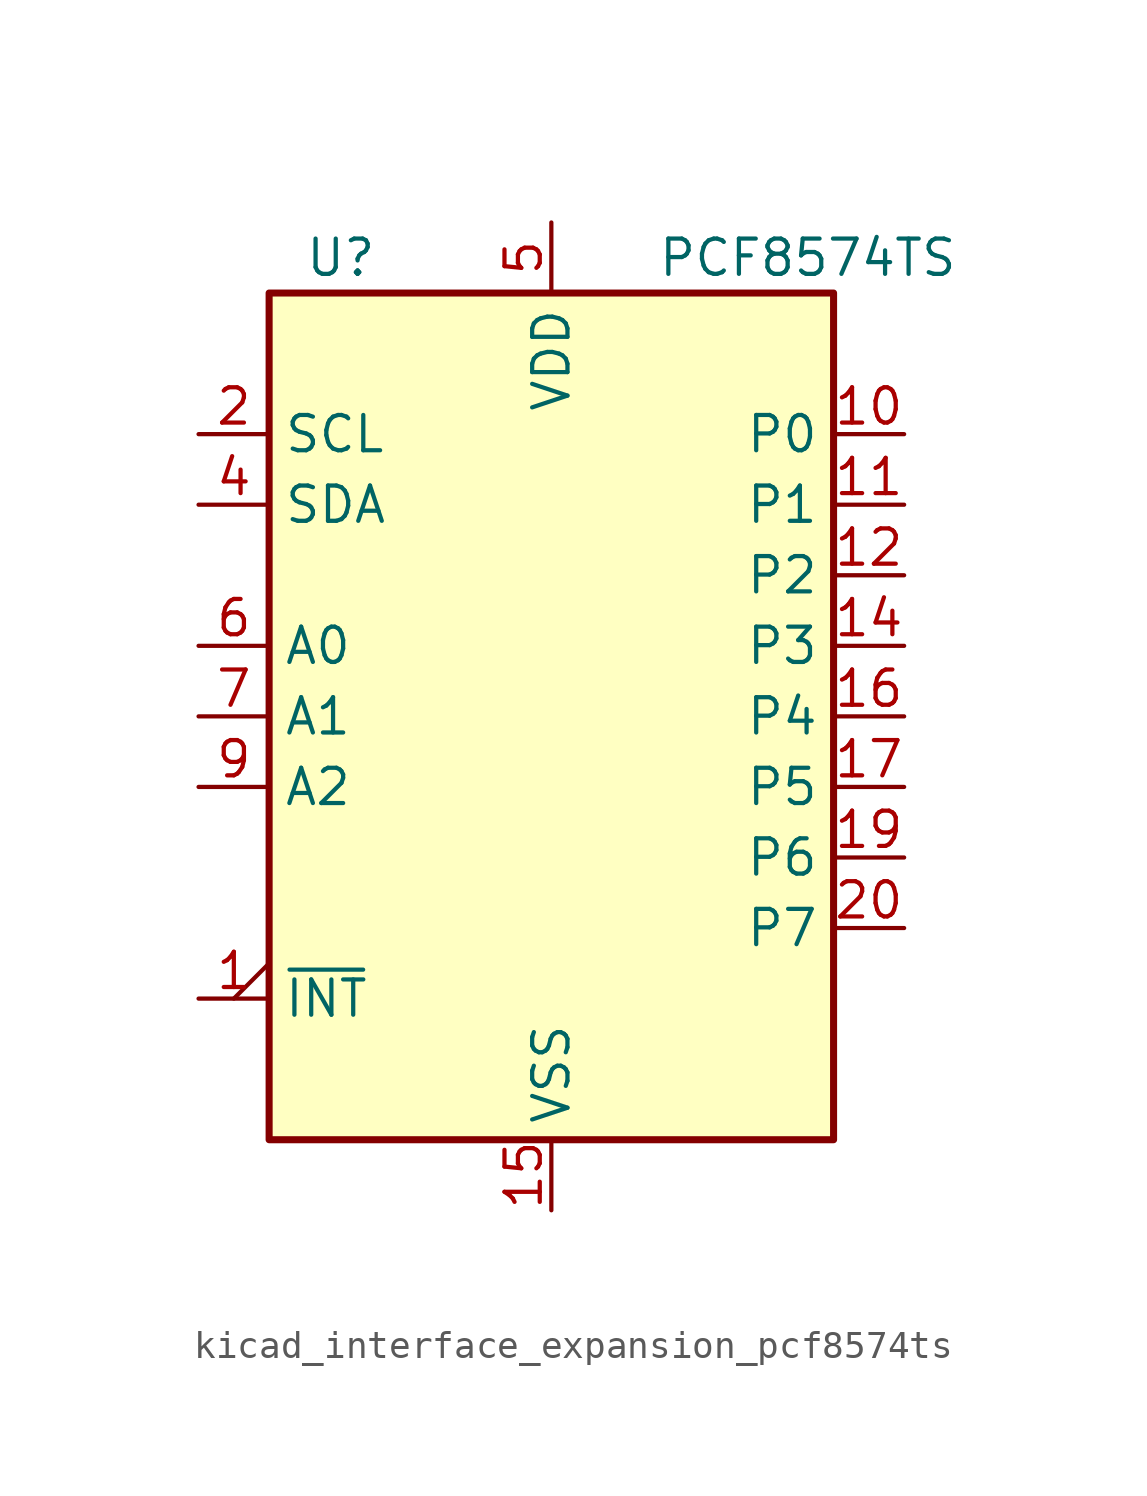
<source format=kicad_sym>
(kicad_symbol_lib
  (version 20220914)
  (generator kicad_symbol_editor)
  (symbol "kicad_interface_expansion_pcf8574ts"
    (property "Reference" "U"
      (at -8.89 16.51 0)
      (effects (font (size 1.27 1.27)) (justify left)))
    (property "Value" "PCF8574TS"
      (at 3.81 16.51 0)
      (effects (font (size 1.27 1.27)) (justify left)))
    (symbol "kicad_interface_expansion_pcf8574ts_0_1"
      (rectangle (start -10.16 15.24) (end 10.16 -15.24) (stroke (width 0.254) (type default)) (fill (type background))))
    (symbol "kicad_interface_expansion_pcf8574ts_1_1"
      (pin open_collector output_low (at -12.7 -10.16 0) (length 2.54) (name "~{INT}" (effects (font (size 1.27 1.27)))) (number "1" (effects (font (size 1.27 1.27)))))
      (pin bidirectional line (at 12.7 10.16 180) (length 2.54) (name "P0" (effects (font (size 1.27 1.27)))) (number "10" (effects (font (size 1.27 1.27)))))
      (pin bidirectional line (at 12.7 7.62 180) (length 2.54) (name "P1" (effects (font (size 1.27 1.27)))) (number "11" (effects (font (size 1.27 1.27)))))
      (pin bidirectional line (at 12.7 5.08 180) (length 2.54) (name "P2" (effects (font (size 1.27 1.27)))) (number "12" (effects (font (size 1.27 1.27)))))
      (pin no_connect line (at -10.16 -5.08 0) (length 2.54) hide (name "NC" (effects (font (size 1.27 1.27)))) (number "13" (effects (font (size 1.27 1.27)))))
      (pin bidirectional line (at 12.7 2.54 180) (length 2.54) (name "P3" (effects (font (size 1.27 1.27)))) (number "14" (effects (font (size 1.27 1.27)))))
      (pin power_in line (at 0 -17.78 90) (length 2.54) (name "VSS" (effects (font (size 1.27 1.27)))) (number "15" (effects (font (size 1.27 1.27)))))
      (pin bidirectional line (at 12.7 0 180) (length 2.54) (name "P4" (effects (font (size 1.27 1.27)))) (number "16" (effects (font (size 1.27 1.27)))))
      (pin bidirectional line (at 12.7 -2.54 180) (length 2.54) (name "P5" (effects (font (size 1.27 1.27)))) (number "17" (effects (font (size 1.27 1.27)))))
      (pin no_connect line (at -10.16 -7.62 0) (length 2.54) hide (name "NC" (effects (font (size 1.27 1.27)))) (number "18" (effects (font (size 1.27 1.27)))))
      (pin bidirectional line (at 12.7 -5.08 180) (length 2.54) (name "P6" (effects (font (size 1.27 1.27)))) (number "19" (effects (font (size 1.27 1.27)))))
      (pin input line (at -12.7 10.16 0) (length 2.54) (name "SCL" (effects (font (size 1.27 1.27)))) (number "2" (effects (font (size 1.27 1.27)))))
      (pin bidirectional line (at 12.7 -7.62 180) (length 2.54) (name "P7" (effects (font (size 1.27 1.27)))) (number "20" (effects (font (size 1.27 1.27)))))
      (pin no_connect line (at 10.16 -10.16 180) (length 2.54) hide (name "NC" (effects (font (size 1.27 1.27)))) (number "3" (effects (font (size 1.27 1.27)))))
      (pin bidirectional line (at -12.7 7.62 0) (length 2.54) (name "SDA" (effects (font (size 1.27 1.27)))) (number "4" (effects (font (size 1.27 1.27)))))
      (pin power_in line (at 0 17.78 270) (length 2.54) (name "VDD" (effects (font (size 1.27 1.27)))) (number "5" (effects (font (size 1.27 1.27)))))
      (pin input line (at -12.7 2.54 0) (length 2.54) (name "A0" (effects (font (size 1.27 1.27)))) (number "6" (effects (font (size 1.27 1.27)))))
      (pin input line (at -12.7 0 0) (length 2.54) (name "A1" (effects (font (size 1.27 1.27)))) (number "7" (effects (font (size 1.27 1.27)))))
      (pin no_connect line (at 10.16 -12.7 180) (length 2.54) hide (name "NC" (effects (font (size 1.27 1.27)))) (number "8" (effects (font (size 1.27 1.27)))))
      (pin input line (at -12.7 -2.54 0) (length 2.54) (name "A2" (effects (font (size 1.27 1.27)))) (number "9" (effects (font (size 1.27 1.27))))))))
</source>
